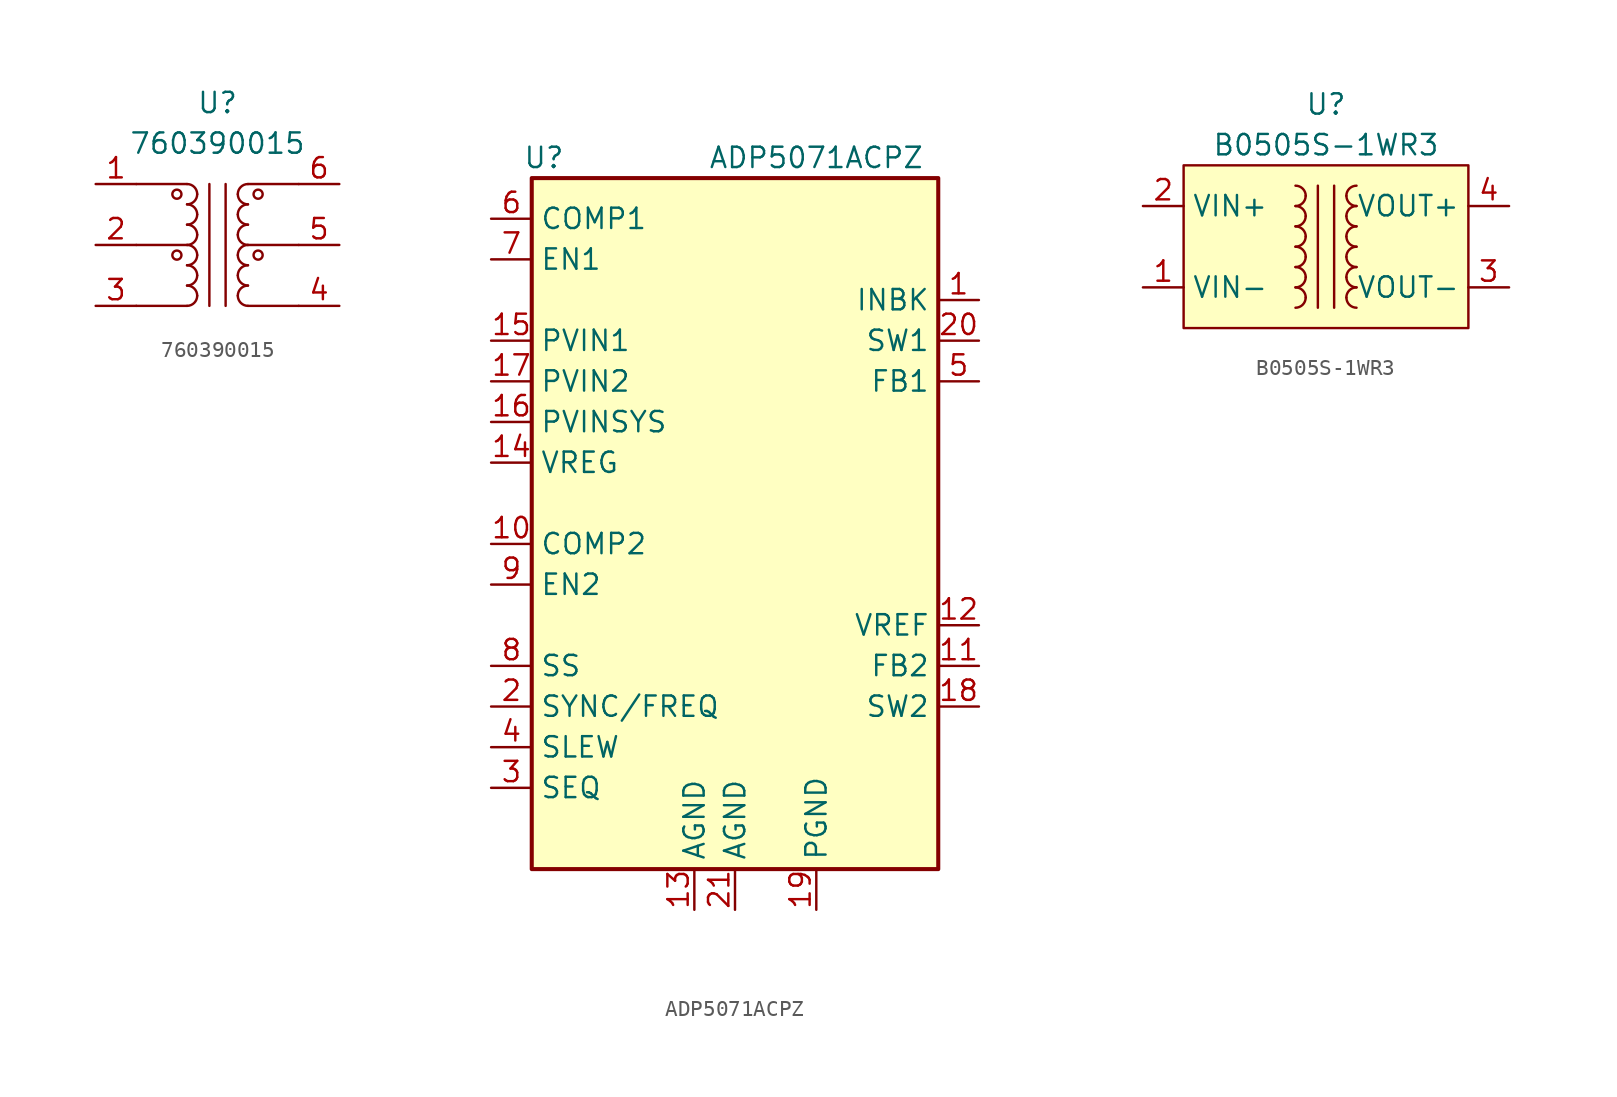
<source format=kicad_sym>
(kicad_symbol_lib
  (version 20241209)
  (generator "kicad_symbol_editor")
  (generator_version "9.0")
  (symbol "760390015"
    (property "Reference" "U"
      (at 0 8.89 0)
      (effects (font (size 1.27 1.27))))
    (property "Value" "760390015"
      (at 0 6.35 0)
      (effects (font (size 1.27 1.27))))
    (symbol "760390015_0_1"
      (circle (center -2.54 3.175) (radius 0.284) (stroke (width 0) (type default)) (fill (type none)))
      (circle (center -2.54 -0.635) (radius 0.284) (stroke (width 0) (type default)) (fill (type none)))
      (polyline (pts (xy -1.905 3.81) (xy -5.08 3.81)) (stroke (width 0) (type default)) (fill (type none)))
      (arc (start -1.905 3.81) (mid -1.456 3.624) (end -1.27 3.175) (stroke (width 0) (type default)) (fill (type none)))
      (arc (start -1.27 3.175) (mid -1.456 2.726) (end -1.905 2.54) (stroke (width 0) (type default)) (fill (type none)))
      (arc (start -1.905 2.54) (mid -1.456 2.354) (end -1.27 1.905) (stroke (width 0) (type default)) (fill (type none)))
      (arc (start -1.27 1.905) (mid -1.456 1.456) (end -1.905 1.27) (stroke (width 0) (type default)) (fill (type none)))
      (arc (start -1.905 1.27) (mid -1.456 1.084) (end -1.27 0.635) (stroke (width 0) (type default)) (fill (type none)))
      (arc (start -1.27 0.635) (mid -1.456 0.186) (end -1.905 0) (stroke (width 0) (type default)) (fill (type none)))
      (polyline (pts (xy -1.905 0) (xy -5.08 0)) (stroke (width 0) (type default)) (fill (type none)))
      (arc (start -1.905 0) (mid -1.456 -0.186) (end -1.27 -0.635) (stroke (width 0) (type default)) (fill (type none)))
      (arc (start -1.27 -0.635) (mid -1.456 -1.084) (end -1.905 -1.27) (stroke (width 0) (type default)) (fill (type none)))
      (arc (start -1.905 -1.27) (mid -1.456 -1.456) (end -1.27 -1.905) (stroke (width 0) (type default)) (fill (type none)))
      (arc (start -1.27 -1.905) (mid -1.456 -2.354) (end -1.905 -2.54) (stroke (width 0) (type default)) (fill (type none)))
      (arc (start -1.905 -2.54) (mid -1.456 -2.726) (end -1.27 -3.175) (stroke (width 0) (type default)) (fill (type none)))
      (arc (start -1.27 -3.175) (mid -1.456 -3.624) (end -1.905 -3.81) (stroke (width 0) (type default)) (fill (type none)))
      (polyline (pts (xy -1.905 -3.81) (xy -5.08 -3.81)) (stroke (width 0) (type default)) (fill (type none)))
      (polyline (pts (xy -0.508 3.81) (xy -0.508 -3.81)) (stroke (width 0) (type default)) (fill (type none)))
      (polyline (pts (xy 0.508 -3.81) (xy 0.508 3.81)) (stroke (width 0) (type default)) (fill (type none)))
      (polyline (pts (xy 1.905 3.81) (xy 5.08 3.81)) (stroke (width 0) (type default)) (fill (type none)))
      (arc (start 1.27 3.175) (mid 1.456 3.624) (end 1.905 3.81) (stroke (width 0) (type default)) (fill (type none)))
      (arc (start 1.905 2.54) (mid 1.456 2.726) (end 1.27 3.175) (stroke (width 0) (type default)) (fill (type none)))
      (arc (start 1.27 1.905) (mid 1.456 2.354) (end 1.905 2.54) (stroke (width 0) (type default)) (fill (type none)))
      (arc (start 1.905 1.27) (mid 1.456 1.456) (end 1.27 1.905) (stroke (width 0) (type default)) (fill (type none)))
      (arc (start 1.27 0.635) (mid 1.456 1.084) (end 1.905 1.27) (stroke (width 0) (type default)) (fill (type none)))
      (arc (start 1.905 0) (mid 1.456 0.186) (end 1.27 0.635) (stroke (width 0) (type default)) (fill (type none)))
      (polyline (pts (xy 1.905 0) (xy 5.08 0)) (stroke (width 0) (type default)) (fill (type none)))
      (arc (start 1.27 -0.635) (mid 1.456 -0.186) (end 1.905 0) (stroke (width 0) (type default)) (fill (type none)))
      (arc (start 1.905 -1.27) (mid 1.456 -1.084) (end 1.27 -0.635) (stroke (width 0) (type default)) (fill (type none)))
      (arc (start 1.27 -1.905) (mid 1.456 -1.456) (end 1.905 -1.27) (stroke (width 0) (type default)) (fill (type none)))
      (arc (start 1.905 -2.54) (mid 1.456 -2.354) (end 1.27 -1.905) (stroke (width 0) (type default)) (fill (type none)))
      (arc (start 1.27 -3.175) (mid 1.456 -2.726) (end 1.905 -2.54) (stroke (width 0) (type default)) (fill (type none)))
      (arc (start 1.905 -3.81) (mid 1.456 -3.624) (end 1.27 -3.175) (stroke (width 0) (type default)) (fill (type none)))
      (polyline (pts (xy 1.905 -3.81) (xy 5.08 -3.81)) (stroke (width 0) (type default)) (fill (type none)))
      (circle (center 2.54 3.175) (radius 0.284) (stroke (width 0) (type default)) (fill (type none)))
      (circle (center 2.54 -0.635) (radius 0.284) (stroke (width 0) (type default)) (fill (type none))))
    (symbol "760390015_1_1"
      (pin bidirectional line (at -7.62 3.81 0) (length 2.54) (name "" (effects (font (size 1.27 1.27)))) (number "1" (effects (font (size 1.27 1.27)))))
      (pin bidirectional line (at -7.62 0 0) (length 2.54) (name "" (effects (font (size 1.27 1.27)))) (number "2" (effects (font (size 1.27 1.27)))))
      (pin bidirectional line (at -7.62 -3.81 0) (length 2.54) (name "" (effects (font (size 1.27 1.27)))) (number "3" (effects (font (size 1.27 1.27)))))
      (pin bidirectional line (at 7.62 3.81 180) (length 2.54) (name "" (effects (font (size 1.27 1.27)))) (number "6" (effects (font (size 1.27 1.27)))))
      (pin bidirectional line (at 7.62 0 180) (length 2.54) (name "" (effects (font (size 1.27 1.27)))) (number "5" (effects (font (size 1.27 1.27)))))
      (pin bidirectional line (at 7.62 -3.81 180) (length 2.54) (name "" (effects (font (size 1.27 1.27)))) (number "4" (effects (font (size 1.27 1.27)))))))
  (symbol "ADP5071ACPZ"
    (property "Reference" "U"
      (at -11.938 22.86 0)
      (effects (font (size 1.27 1.27))))
    (property "Value" "ADP5071ACPZ"
      (at 5.08 22.86 0)
      (effects (font (size 1.27 1.27))))
    (symbol "ADP5071ACPZ_0_1"
      (rectangle (start -12.7 21.59) (end 12.7 -21.59) (stroke (width 0.254) (type default)) (fill (type background))))
    (symbol "ADP5071ACPZ_1_1"
      (pin passive line (at -15.24 19.05 0) (length 2.54) (name "COMP1" (effects (font (size 1.27 1.27)))) (number "6" (effects (font (size 1.27 1.27)))))
      (pin input line (at -15.24 16.51 0) (length 2.54) (name "EN1" (effects (font (size 1.27 1.27)))) (number "7" (effects (font (size 1.27 1.27)))))
      (pin power_in line (at -15.24 11.43 0) (length 2.54) (name "PVIN1" (effects (font (size 1.27 1.27)))) (number "15" (effects (font (size 1.27 1.27)))))
      (pin power_in line (at -15.24 8.89 0) (length 2.54) (name "PVIN2" (effects (font (size 1.27 1.27)))) (number "17" (effects (font (size 1.27 1.27)))))
      (pin power_in line (at -15.24 6.35 0) (length 2.54) (name "PVINSYS" (effects (font (size 1.27 1.27)))) (number "16" (effects (font (size 1.27 1.27)))))
      (pin output line (at -15.24 3.81 0) (length 2.54) (name "VREG" (effects (font (size 1.27 1.27)))) (number "14" (effects (font (size 1.27 1.27)))))
      (pin passive line (at -15.24 -1.27 0) (length 2.54) (name "COMP2" (effects (font (size 1.27 1.27)))) (number "10" (effects (font (size 1.27 1.27)))))
      (pin input line (at -15.24 -3.81 0) (length 2.54) (name "EN2" (effects (font (size 1.27 1.27)))) (number "9" (effects (font (size 1.27 1.27)))))
      (pin passive line (at -15.24 -8.89 0) (length 2.54) (name "SS" (effects (font (size 1.27 1.27)))) (number "8" (effects (font (size 1.27 1.27)))))
      (pin input line (at -15.24 -11.43 0) (length 2.54) (name "SYNC/FREQ" (effects (font (size 1.27 1.27)))) (number "2" (effects (font (size 1.27 1.27)))))
      (pin input line (at -15.24 -13.97 0) (length 2.54) (name "SLEW" (effects (font (size 1.27 1.27)))) (number "4" (effects (font (size 1.27 1.27)))))
      (pin input line (at -15.24 -16.51 0) (length 2.54) (name "SEQ" (effects (font (size 1.27 1.27)))) (number "3" (effects (font (size 1.27 1.27)))))
      (pin power_in line (at -2.54 -24.13 90) (length 2.54) (name "AGND" (effects (font (size 1.27 1.27)))) (number "13" (effects (font (size 1.27 1.27)))))
      (pin power_in line (at 0 -24.13 90) (length 2.54) (name "AGND" (effects (font (size 1.27 1.27)))) (number "21" (effects (font (size 1.27 1.27)))))
      (pin power_in line (at 5.08 -24.13 90) (length 2.54) (name "PGND" (effects (font (size 1.27 1.27)))) (number "19" (effects (font (size 1.27 1.27)))))
      (pin power_out line (at 15.24 13.97 180) (length 2.54) (name "INBK" (effects (font (size 1.27 1.27)))) (number "1" (effects (font (size 1.27 1.27)))))
      (pin power_out line (at 15.24 11.43 180) (length 2.54) (name "SW1" (effects (font (size 1.27 1.27)))) (number "20" (effects (font (size 1.27 1.27)))))
      (pin input line (at 15.24 8.89 180) (length 2.54) (name "FB1" (effects (font (size 1.27 1.27)))) (number "5" (effects (font (size 1.27 1.27)))))
      (pin output line (at 15.24 -6.35 180) (length 2.54) (name "VREF" (effects (font (size 1.27 1.27)))) (number "12" (effects (font (size 1.27 1.27)))))
      (pin input line (at 15.24 -8.89 180) (length 2.54) (name "FB2" (effects (font (size 1.27 1.27)))) (number "11" (effects (font (size 1.27 1.27)))))
      (pin power_out line (at 15.24 -11.43 180) (length 2.54) (name "SW2" (effects (font (size 1.27 1.27)))) (number "18" (effects (font (size 1.27 1.27)))))))
  (symbol "B0505S-1WR3"
    (property "Reference" "U"
      (at 0 8.89 0)
      (effects (font (size 1.27 1.27))))
    (property "Value" "B0505S-1WR3"
      (at 0 6.35 0)
      (effects (font (size 1.27 1.27))))
    (symbol "B0505S-1WR3_0_1"
      (arc (start -1.905 3.81) (mid -1.456 3.624) (end -1.27 3.175) (stroke (width 0) (type default)) (fill (type none)))
      (arc (start -1.27 3.175) (mid -1.456 2.726) (end -1.905 2.54) (stroke (width 0) (type default)) (fill (type none)))
      (arc (start -1.905 2.54) (mid -1.456 2.354) (end -1.27 1.905) (stroke (width 0) (type default)) (fill (type none)))
      (arc (start -1.27 1.905) (mid -1.456 1.456) (end -1.905 1.27) (stroke (width 0) (type default)) (fill (type none)))
      (arc (start -1.905 1.27) (mid -1.456 1.084) (end -1.27 0.635) (stroke (width 0) (type default)) (fill (type none)))
      (arc (start -1.27 0.635) (mid -1.456 0.186) (end -1.905 0) (stroke (width 0) (type default)) (fill (type none)))
      (arc (start -1.905 0) (mid -1.456 -0.186) (end -1.27 -0.635) (stroke (width 0) (type default)) (fill (type none)))
      (arc (start -1.27 -0.635) (mid -1.456 -1.084) (end -1.905 -1.27) (stroke (width 0) (type default)) (fill (type none)))
      (arc (start -1.905 -1.27) (mid -1.456 -1.456) (end -1.27 -1.905) (stroke (width 0) (type default)) (fill (type none)))
      (arc (start -1.27 -1.905) (mid -1.456 -2.354) (end -1.905 -2.54) (stroke (width 0) (type default)) (fill (type none)))
      (arc (start -1.905 -2.54) (mid -1.456 -2.726) (end -1.27 -3.175) (stroke (width 0) (type default)) (fill (type none)))
      (arc (start -1.27 -3.175) (mid -1.456 -3.624) (end -1.905 -3.81) (stroke (width 0) (type default)) (fill (type none)))
      (polyline (pts (xy -0.508 3.81) (xy -0.508 -3.81)) (stroke (width 0) (type default)) (fill (type none)))
      (polyline (pts (xy 0.508 -3.81) (xy 0.508 3.81)) (stroke (width 0) (type default)) (fill (type none)))
      (arc (start 1.27 3.175) (mid 1.456 3.624) (end 1.905 3.81) (stroke (width 0) (type default)) (fill (type none)))
      (arc (start 1.905 2.54) (mid 1.456 2.726) (end 1.27 3.175) (stroke (width 0) (type default)) (fill (type none)))
      (arc (start 1.27 1.905) (mid 1.456 2.354) (end 1.905 2.54) (stroke (width 0) (type default)) (fill (type none)))
      (arc (start 1.905 1.27) (mid 1.456 1.456) (end 1.27 1.905) (stroke (width 0) (type default)) (fill (type none)))
      (arc (start 1.27 0.635) (mid 1.456 1.084) (end 1.905 1.27) (stroke (width 0) (type default)) (fill (type none)))
      (arc (start 1.905 0) (mid 1.456 0.186) (end 1.27 0.635) (stroke (width 0) (type default)) (fill (type none)))
      (arc (start 1.27 -0.635) (mid 1.456 -0.186) (end 1.905 0) (stroke (width 0) (type default)) (fill (type none)))
      (arc (start 1.905 -1.27) (mid 1.456 -1.084) (end 1.27 -0.635) (stroke (width 0) (type default)) (fill (type none)))
      (arc (start 1.27 -1.905) (mid 1.456 -1.456) (end 1.905 -1.27) (stroke (width 0) (type default)) (fill (type none)))
      (arc (start 1.905 -2.54) (mid 1.456 -2.354) (end 1.27 -1.905) (stroke (width 0) (type default)) (fill (type none)))
      (arc (start 1.27 -3.175) (mid 1.456 -2.726) (end 1.905 -2.54) (stroke (width 0) (type default)) (fill (type none)))
      (arc (start 1.905 -3.81) (mid 1.456 -3.624) (end 1.27 -3.175) (stroke (width 0) (type default)) (fill (type none))))
    (symbol "B0505S-1WR3_1_1"
      (rectangle (start -8.89 5.08) (end 8.89 -5.08) (stroke (width 0) (type default)) (fill (type background)))
      (pin bidirectional line (at -11.43 2.54 0) (length 2.54) (name "VIN+" (effects (font (size 1.27 1.27)))) (number "2" (effects (font (size 1.27 1.27)))))
      (pin bidirectional line (at -11.43 -2.54 0) (length 2.54) (name "VIN-" (effects (font (size 1.27 1.27)))) (number "1" (effects (font (size 1.27 1.27)))))
      (pin bidirectional line (at 11.43 2.54 180) (length 2.54) (name "VOUT+" (effects (font (size 1.27 1.27)))) (number "4" (effects (font (size 1.27 1.27)))))
      (pin bidirectional line (at 11.43 -2.54 180) (length 2.54) (name "VOUT-" (effects (font (size 1.27 1.27)))) (number "3" (effects (font (size 1.27 1.27))))))))
</source>
